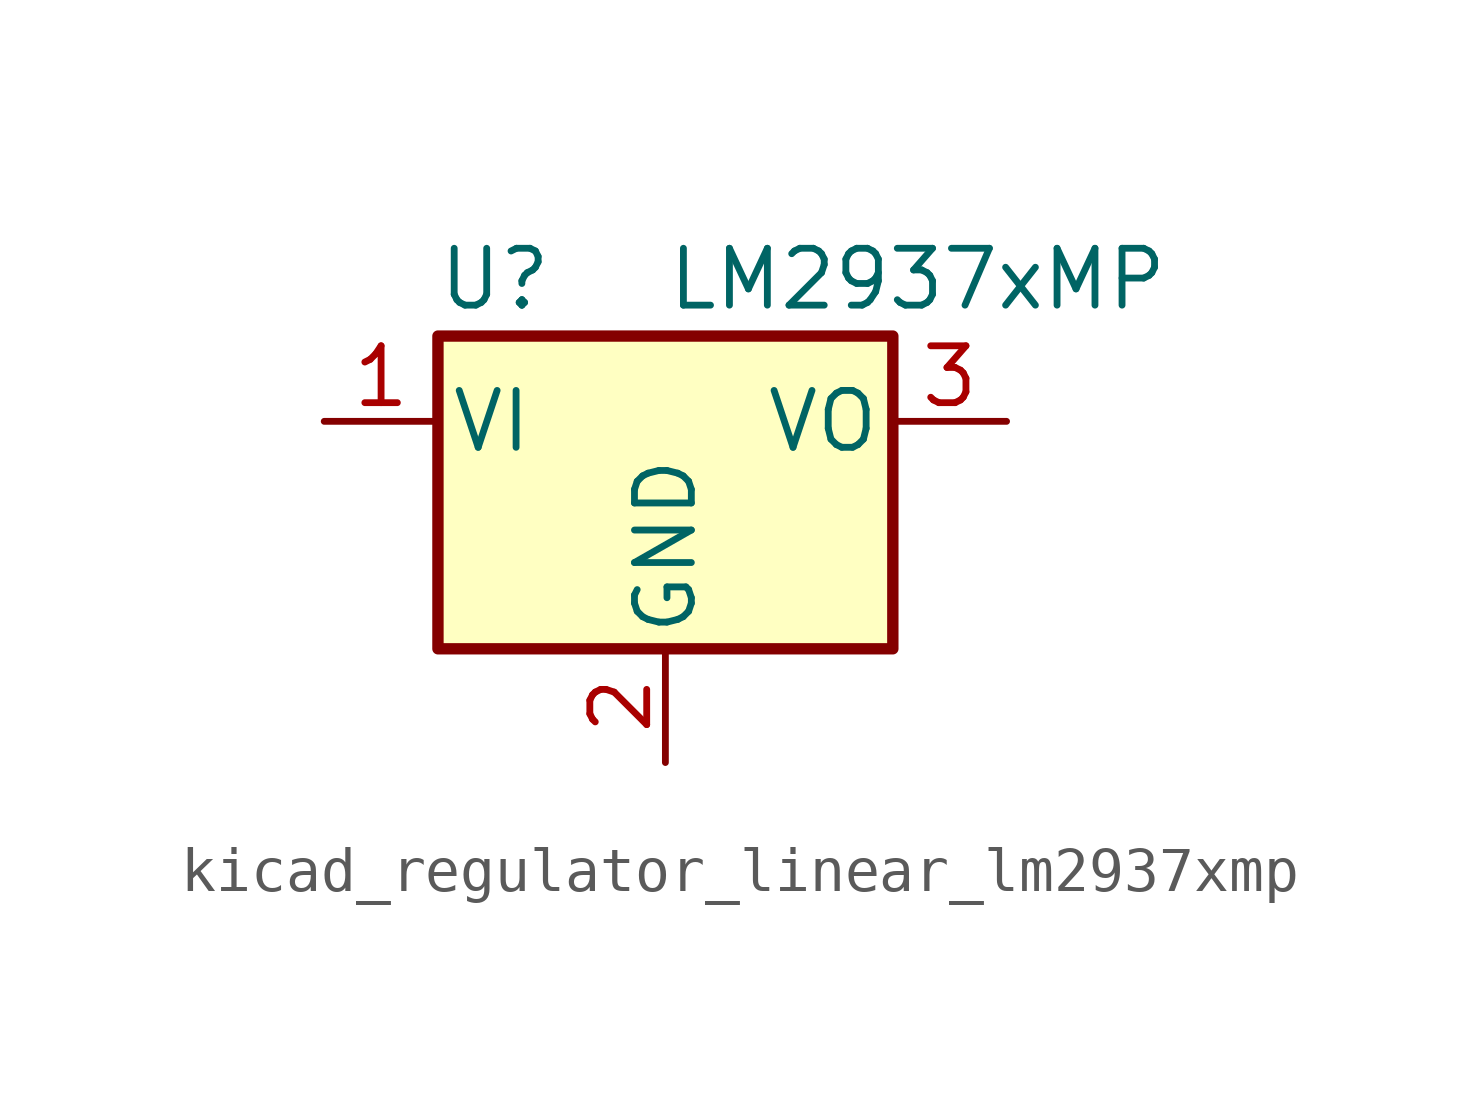
<source format=kicad_sym>
(kicad_symbol_lib
  (version 20220914)
  (generator kicad_symbol_editor)
  (symbol "kicad_regulator_linear_lm2937xmp"
    (pin_names
      (offset 0.254))
    (property "Reference" "U"
      (at -3.81 3.175 0)
      (effects (font (size 1.27 1.27))))
    (property "Value" "LM2937xMP"
      (at 0 3.175 0)
      (effects (font (size 1.27 1.27)) (justify left)))
    (symbol "kicad_regulator_linear_lm2937xmp_0_1"
      (rectangle (start -5.08 -5.08) (end 5.08 1.905) (stroke (width 0.254) (type default)) (fill (type background))))
    (symbol "kicad_regulator_linear_lm2937xmp_1_1"
      (pin power_in line (at -7.62 0 0) (length 2.54) (name "VI" (effects (font (size 1.27 1.27)))) (number "1" (effects (font (size 1.27 1.27)))))
      (pin power_in line (at 0 -7.62 90) (length 2.54) (name "GND" (effects (font (size 1.27 1.27)))) (number "2" (effects (font (size 1.27 1.27)))))
      (pin power_out line (at 7.62 0 180) (length 2.54) (name "VO" (effects (font (size 1.27 1.27)))) (number "3" (effects (font (size 1.27 1.27))))))))
</source>
